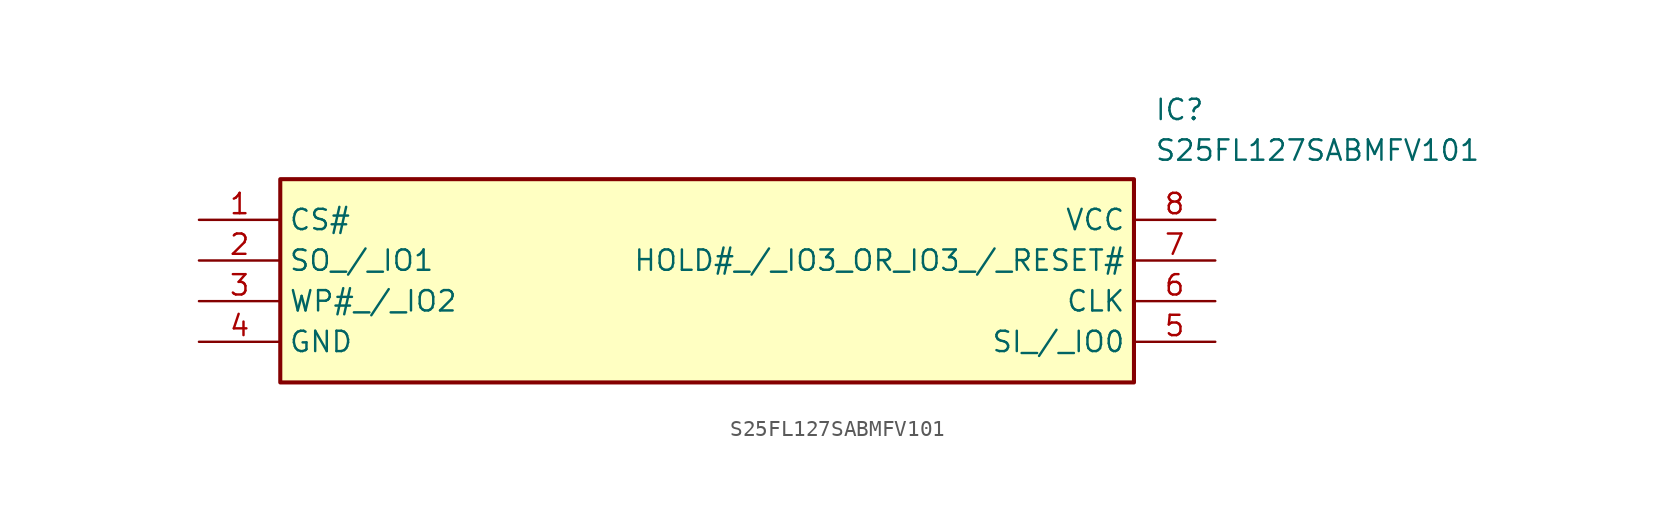
<source format=kicad_sym>
(kicad_symbol_lib
  (version 20211014)
  (generator SamacSys_ECAD_Model)
  (symbol "S25FL127SABMFV101"
    (property "Reference" "IC"
      (at 59.69 7.62 0)
      (effects (font (size 1.27 1.27)) (justify left top)))
    (property "Value" "S25FL127SABMFV101"
      (at 59.69 5.08 0)
      (effects (font (size 1.27 1.27)) (justify left top)))
    (rectangle
      (start 5.08 2.54)
      (end 58.42 -10.16)
      (stroke (width 0.254) (type default))
      (fill (type background)))
    (pin passive line
      (at 0 0 0)
      (length 5.08)
      (name "CS#" (effects (font (size 1.27 1.27))))
      (number "1" (effects (font (size 1.27 1.27)))))
    (pin passive line
      (at 0 -2.54 0)
      (length 5.08)
      (name "SO_/_IO1" (effects (font (size 1.27 1.27))))
      (number "2" (effects (font (size 1.27 1.27)))))
    (pin passive line
      (at 0 -5.08 0)
      (length 5.08)
      (name "WP#_/_IO2" (effects (font (size 1.27 1.27))))
      (number "3" (effects (font (size 1.27 1.27)))))
    (pin passive line
      (at 0 -7.62 0)
      (length 5.08)
      (name "GND" (effects (font (size 1.27 1.27))))
      (number "4" (effects (font (size 1.27 1.27)))))
    (pin passive line
      (at 63.5 0 180)
      (length 5.08)
      (name "VCC" (effects (font (size 1.27 1.27))))
      (number "8" (effects (font (size 1.27 1.27)))))
    (pin passive line
      (at 63.5 -2.54 180)
      (length 5.08)
      (name "HOLD#_/_IO3_OR_IO3_/_RESET#" (effects (font (size 1.27 1.27))))
      (number "7" (effects (font (size 1.27 1.27)))))
    (pin passive line
      (at 63.5 -5.08 180)
      (length 5.08)
      (name "CLK" (effects (font (size 1.27 1.27))))
      (number "6" (effects (font (size 1.27 1.27)))))
    (pin passive line
      (at 63.5 -7.62 180)
      (length 5.08)
      (name "SI_/_IO0" (effects (font (size 1.27 1.27))))
      (number "5" (effects (font (size 1.27 1.27)))))))
</source>
